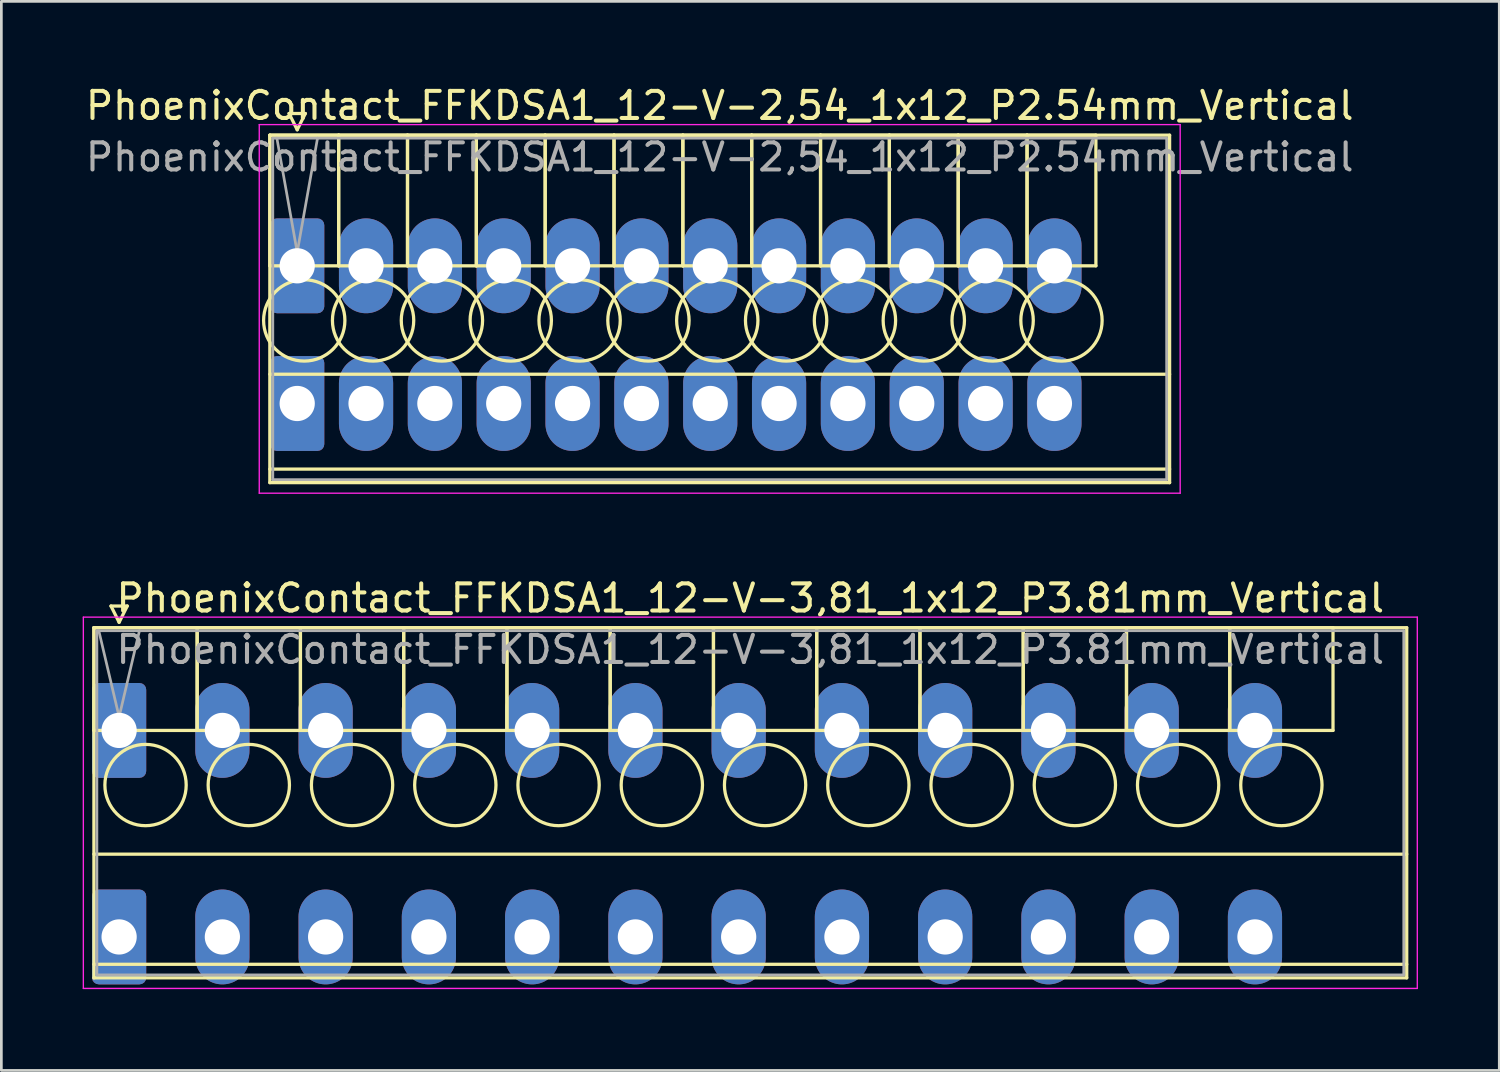
<source format=kicad_pcb>
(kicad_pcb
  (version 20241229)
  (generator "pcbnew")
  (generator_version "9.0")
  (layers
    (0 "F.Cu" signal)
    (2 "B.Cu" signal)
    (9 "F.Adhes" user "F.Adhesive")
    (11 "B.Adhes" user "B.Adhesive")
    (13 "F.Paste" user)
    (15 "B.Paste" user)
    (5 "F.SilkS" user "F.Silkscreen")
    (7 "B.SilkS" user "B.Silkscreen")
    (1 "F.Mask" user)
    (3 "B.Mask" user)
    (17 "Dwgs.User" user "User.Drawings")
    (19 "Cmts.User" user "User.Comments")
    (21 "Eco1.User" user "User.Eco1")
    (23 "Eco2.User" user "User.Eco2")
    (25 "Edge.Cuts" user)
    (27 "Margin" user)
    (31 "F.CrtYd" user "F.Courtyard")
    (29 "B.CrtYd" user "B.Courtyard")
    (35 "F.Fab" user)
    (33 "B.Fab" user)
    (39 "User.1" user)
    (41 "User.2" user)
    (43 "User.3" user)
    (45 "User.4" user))
  (footprint "PhoenixContact_FFKDSA1_12-V-2,54_1x12_P2.54mm_Vertical"
    (layer "F.Cu")
    (at 7.916 6.758)
    (property "Reference" "PhoenixContact_FFKDSA1_12-V-2,54_1x12_P2.54mm_Vertical" (at 15.59 -5.91 0) (layer "F.SilkS") (effects (font (size 1 1) (thickness 0.15))))
    (attr through_hole)
    (fp_line (start -1.01 -4.82) (end -1.01 0) (stroke (width 0.12) (type solid)) (layer "F.SilkS"))
    (fp_line (start -1.01 -4.82) (end -1.01 8) (stroke (width 0.12) (type solid)) (layer "F.SilkS"))
    (fp_line (start -1.01 0) (end 1.53 0) (stroke (width 0.12) (type solid)) (layer "F.SilkS"))
    (fp_line (start -1.01 4) (end 32.19 4) (stroke (width 0.12) (type solid)) (layer "F.SilkS"))
    (fp_line (start -1.01 7.5) (end 32.19 7.5) (stroke (width 0.12) (type solid)) (layer "F.SilkS"))
    (fp_line (start -1.01 8) (end 32.19 8) (stroke (width 0.12) (type solid)) (layer "F.SilkS"))
    (fp_line (start -0.3 -5.62) (end 0.3 -5.62) (stroke (width 0.12) (type solid)) (layer "F.SilkS"))
    (fp_line (start 0 -5.02) (end -0.3 -5.62) (stroke (width 0.12) (type solid)) (layer "F.SilkS"))
    (fp_line (start 0.3 -5.62) (end 0 -5.02) (stroke (width 0.12) (type solid)) (layer "F.SilkS"))
    (fp_line (start 1.53 -4.82) (end -1.01 -4.82) (stroke (width 0.12) (type solid)) (layer "F.SilkS"))
    (fp_line (start 1.53 -4.82) (end 1.53 0) (stroke (width 0.12) (type solid)) (layer "F.SilkS"))
    (fp_line (start 1.53 0) (end 1.53 -4.82) (stroke (width 0.12) (type solid)) (layer "F.SilkS"))
    (fp_line (start 1.53 0) (end 4.07 0) (stroke (width 0.12) (type solid)) (layer "F.SilkS"))
    (fp_line (start 4.07 -4.82) (end 1.53 -4.82) (stroke (width 0.12) (type solid)) (layer "F.SilkS"))
    (fp_line (start 4.07 -4.82) (end 4.07 0) (stroke (width 0.12) (type solid)) (layer "F.SilkS"))
    (fp_line (start 4.07 0) (end 4.07 -4.82) (stroke (width 0.12) (type solid)) (layer "F.SilkS"))
    (fp_line (start 4.07 0) (end 6.61 0) (stroke (width 0.12) (type solid)) (layer "F.SilkS"))
    (fp_line (start 6.61 -4.82) (end 4.07 -4.82) (stroke (width 0.12) (type solid)) (layer "F.SilkS"))
    (fp_line (start 6.61 -4.82) (end 6.61 0) (stroke (width 0.12) (type solid)) (layer "F.SilkS"))
    (fp_line (start 6.61 0) (end 6.61 -4.82) (stroke (width 0.12) (type solid)) (layer "F.SilkS"))
    (fp_line (start 6.61 0) (end 9.15 0) (stroke (width 0.12) (type solid)) (layer "F.SilkS"))
    (fp_line (start 9.15 -4.82) (end 6.61 -4.82) (stroke (width 0.12) (type solid)) (layer "F.SilkS"))
    (fp_line (start 9.15 -4.82) (end 9.15 0) (stroke (width 0.12) (type solid)) (layer "F.SilkS"))
    (fp_line (start 9.15 0) (end 9.15 -4.82) (stroke (width 0.12) (type solid)) (layer "F.SilkS"))
    (fp_line (start 9.15 0) (end 11.69 0) (stroke (width 0.12) (type solid)) (layer "F.SilkS"))
    (fp_line (start 11.69 -4.82) (end 9.15 -4.82) (stroke (width 0.12) (type solid)) (layer "F.SilkS"))
    (fp_line (start 11.69 -4.82) (end 11.69 0) (stroke (width 0.12) (type solid)) (layer "F.SilkS"))
    (fp_line (start 11.69 0) (end 11.69 -4.82) (stroke (width 0.12) (type solid)) (layer "F.SilkS"))
    (fp_line (start 11.69 0) (end 14.23 0) (stroke (width 0.12) (type solid)) (layer "F.SilkS"))
    (fp_line (start 14.23 -4.82) (end 11.69 -4.82) (stroke (width 0.12) (type solid)) (layer "F.SilkS"))
    (fp_line (start 14.23 -4.82) (end 14.23 0) (stroke (width 0.12) (type solid)) (layer "F.SilkS"))
    (fp_line (start 14.23 0) (end 14.23 -4.82) (stroke (width 0.12) (type solid)) (layer "F.SilkS"))
    (fp_line (start 14.23 0) (end 16.77 0) (stroke (width 0.12) (type solid)) (layer "F.SilkS"))
    (fp_line (start 16.77 -4.82) (end 14.23 -4.82) (stroke (width 0.12) (type solid)) (layer "F.SilkS"))
    (fp_line (start 16.77 -4.82) (end 16.77 0) (stroke (width 0.12) (type solid)) (layer "F.SilkS"))
    (fp_line (start 16.77 0) (end 16.77 -4.82) (stroke (width 0.12) (type solid)) (layer "F.SilkS"))
    (fp_line (start 16.77 0) (end 19.31 0) (stroke (width 0.12) (type solid)) (layer "F.SilkS"))
    (fp_line (start 19.31 -4.82) (end 16.77 -4.82) (stroke (width 0.12) (type solid)) (layer "F.SilkS"))
    (fp_line (start 19.31 -4.82) (end 19.31 0) (stroke (width 0.12) (type solid)) (layer "F.SilkS"))
    (fp_line (start 19.31 0) (end 19.31 -4.82) (stroke (width 0.12) (type solid)) (layer "F.SilkS"))
    (fp_line (start 19.31 0) (end 21.85 0) (stroke (width 0.12) (type solid)) (layer "F.SilkS"))
    (fp_line (start 21.85 -4.82) (end 19.31 -4.82) (stroke (width 0.12) (type solid)) (layer "F.SilkS"))
    (fp_line (start 21.85 -4.82) (end 21.85 0) (stroke (width 0.12) (type solid)) (layer "F.SilkS"))
    (fp_line (start 21.85 0) (end 21.85 -4.82) (stroke (width 0.12) (type solid)) (layer "F.SilkS"))
    (fp_line (start 21.85 0) (end 24.39 0) (stroke (width 0.12) (type solid)) (layer "F.SilkS"))
    (fp_line (start 24.39 -4.82) (end 21.85 -4.82) (stroke (width 0.12) (type solid)) (layer "F.SilkS"))
    (fp_line (start 24.39 -4.82) (end 24.39 0) (stroke (width 0.12) (type solid)) (layer "F.SilkS"))
    (fp_line (start 24.39 0) (end 24.39 -4.82) (stroke (width 0.12) (type solid)) (layer "F.SilkS"))
    (fp_line (start 24.39 0) (end 26.93 0) (stroke (width 0.12) (type solid)) (layer "F.SilkS"))
    (fp_line (start 26.93 -4.82) (end 24.39 -4.82) (stroke (width 0.12) (type solid)) (layer "F.SilkS"))
    (fp_line (start 26.93 -4.82) (end 26.93 0) (stroke (width 0.12) (type solid)) (layer "F.SilkS"))
    (fp_line (start 26.93 0) (end 26.93 -4.82) (stroke (width 0.12) (type solid)) (layer "F.SilkS"))
    (fp_line (start 26.93 0) (end 29.47 0) (stroke (width 0.12) (type solid)) (layer "F.SilkS"))
    (fp_line (start 29.47 -4.82) (end 26.93 -4.82) (stroke (width 0.12) (type solid)) (layer "F.SilkS"))
    (fp_line (start 29.47 0) (end 29.47 -4.82) (stroke (width 0.12) (type solid)) (layer "F.SilkS"))
    (fp_line (start 32.19 -4.82) (end -1.01 -4.82) (stroke (width 0.12) (type solid)) (layer "F.SilkS"))
    (fp_line (start 32.19 8) (end 32.19 -4.82) (stroke (width 0.12) (type solid)) (layer "F.SilkS"))
    (fp_circle (center 0.26 2.015) (end 1.76 2.015) (stroke (width 0.12) (type solid)) (fill no) (layer "F.SilkS"))
    (fp_circle (center 2.8 2.015) (end 4.3 2.015) (stroke (width 0.12) (type solid)) (fill no) (layer "F.SilkS"))
    (fp_circle (center 5.34 2.015) (end 6.84 2.015) (stroke (width 0.12) (type solid)) (fill no) (layer "F.SilkS"))
    (fp_circle (center 7.88 2.015) (end 9.38 2.015) (stroke (width 0.12) (type solid)) (fill no) (layer "F.SilkS"))
    (fp_circle (center 10.42 2.015) (end 11.92 2.015) (stroke (width 0.12) (type solid)) (fill no) (layer "F.SilkS"))
    (fp_circle (center 12.96 2.015) (end 14.46 2.015) (stroke (width 0.12) (type solid)) (fill no) (layer "F.SilkS"))
    (fp_circle (center 15.5 2.015) (end 17 2.015) (stroke (width 0.12) (type solid)) (fill no) (layer "F.SilkS"))
    (fp_circle (center 18.04 2.015) (end 19.54 2.015) (stroke (width 0.12) (type solid)) (fill no) (layer "F.SilkS"))
    (fp_circle (center 20.58 2.015) (end 22.08 2.015) (stroke (width 0.12) (type solid)) (fill no) (layer "F.SilkS"))
    (fp_circle (center 23.12 2.015) (end 24.62 2.015) (stroke (width 0.12) (type solid)) (fill no) (layer "F.SilkS"))
    (fp_circle (center 25.66 2.015) (end 27.16 2.015) (stroke (width 0.12) (type solid)) (fill no) (layer "F.SilkS"))
    (fp_circle (center 28.2 2.015) (end 29.7 2.015) (stroke (width 0.12) (type solid)) (fill no) (layer "F.SilkS"))
    (fp_line (start -1.4 -5.21) (end -1.4 8.39) (stroke (width 0.05) (type solid)) (layer "F.CrtYd"))
    (fp_line (start -1.4 8.39) (end 32.58 8.39) (stroke (width 0.05) (type solid)) (layer "F.CrtYd"))
    (fp_line (start 32.58 -5.21) (end -1.4 -5.21) (stroke (width 0.05) (type solid)) (layer "F.CrtYd"))
    (fp_line (start 32.58 8.39) (end 32.58 -5.21) (stroke (width 0.05) (type solid)) (layer "F.CrtYd"))
    (fp_line (start -0.9 -4.71) (end -0.9 7.89) (stroke (width 0.1) (type solid)) (layer "F.Fab"))
    (fp_line (start -0.9 7.89) (end 32.08 7.89) (stroke (width 0.1) (type solid)) (layer "F.Fab"))
    (fp_line (start 0 -0.5) (end -0.75 -4.71) (stroke (width 0.1) (type solid)) (layer "F.Fab"))
    (fp_line (start 0.75 -4.71) (end 0 -0.5) (stroke (width 0.1) (type solid)) (layer "F.Fab"))
    (fp_line (start 32.08 -4.71) (end -0.9 -4.71) (stroke (width 0.1) (type solid)) (layer "F.Fab"))
    (fp_line (start 32.08 7.89) (end 32.08 -4.71) (stroke (width 0.1) (type solid)) (layer "F.Fab"))
    (fp_text user "${REFERENCE}" (at 15.59 -4.01 0) (layer "F.Fab") (effects (font (size 1 1) (thickness 0.15))))
    (pad "1" thru_hole roundrect (at 0 0) (size 2 3.5) (drill 1.3) (layers "*.Cu" "*.Mask") (roundrect_rratio 0.125))
    (pad "1" thru_hole roundrect (at 0 5.08) (size 2 3.5) (drill 1.3) (layers "*.Cu" "*.Mask") (roundrect_rratio 0.125))
    (pad "2" thru_hole oval (at 2.54 0) (size 2 3.5) (drill 1.3) (layers "*.Cu" "*.Mask"))
    (pad "2" thru_hole oval (at 2.54 5.08) (size 2 3.5) (drill 1.3) (layers "*.Cu" "*.Mask"))
    (pad "3" thru_hole oval (at 5.08 0) (size 2 3.5) (drill 1.3) (layers "*.Cu" "*.Mask"))
    (pad "3" thru_hole oval (at 5.08 5.08) (size 2 3.5) (drill 1.3) (layers "*.Cu" "*.Mask"))
    (pad "4" thru_hole oval (at 7.62 0) (size 2 3.5) (drill 1.3) (layers "*.Cu" "*.Mask"))
    (pad "4" thru_hole oval (at 7.62 5.08) (size 2 3.5) (drill 1.3) (layers "*.Cu" "*.Mask"))
    (pad "5" thru_hole oval (at 10.16 0) (size 2 3.5) (drill 1.3) (layers "*.Cu" "*.Mask"))
    (pad "5" thru_hole oval (at 10.16 5.08) (size 2 3.5) (drill 1.3) (layers "*.Cu" "*.Mask"))
    (pad "6" thru_hole oval (at 12.7 0) (size 2 3.5) (drill 1.3) (layers "*.Cu" "*.Mask"))
    (pad "6" thru_hole oval (at 12.7 5.08) (size 2 3.5) (drill 1.3) (layers "*.Cu" "*.Mask"))
    (pad "7" thru_hole oval (at 15.24 0) (size 2 3.5) (drill 1.3) (layers "*.Cu" "*.Mask"))
    (pad "7" thru_hole oval (at 15.24 5.08) (size 2 3.5) (drill 1.3) (layers "*.Cu" "*.Mask"))
    (pad "8" thru_hole oval (at 17.78 0) (size 2 3.5) (drill 1.3) (layers "*.Cu" "*.Mask"))
    (pad "8" thru_hole oval (at 17.78 5.08) (size 2 3.5) (drill 1.3) (layers "*.Cu" "*.Mask"))
    (pad "9" thru_hole oval (at 20.32 0) (size 2 3.5) (drill 1.3) (layers "*.Cu" "*.Mask"))
    (pad "9" thru_hole oval (at 20.32 5.08) (size 2 3.5) (drill 1.3) (layers "*.Cu" "*.Mask"))
    (pad "10" thru_hole oval (at 22.86 0) (size 2 3.5) (drill 1.3) (layers "*.Cu" "*.Mask"))
    (pad "10" thru_hole oval (at 22.86 5.08) (size 2 3.5) (drill 1.3) (layers "*.Cu" "*.Mask"))
    (pad "11" thru_hole oval (at 25.4 0) (size 2 3.5) (drill 1.3) (layers "*.Cu" "*.Mask"))
    (pad "11" thru_hole oval (at 25.4 5.08) (size 2 3.5) (drill 1.3) (layers "*.Cu" "*.Mask"))
    (pad "12" thru_hole oval (at 27.94 0) (size 2 3.5) (drill 1.3) (layers "*.Cu" "*.Mask"))
    (pad "12" thru_hole oval (at 27.94 5.08) (size 2 3.5) (drill 1.3) (layers "*.Cu" "*.Mask")))
  (footprint "PhoenixContact_FFKDSA1_12-V-3,81_1x12_P3.81mm_Vertical"
    (layer "F.Cu")
    (at 1.345 23.901)
    (property "Reference" "PhoenixContact_FFKDSA1_12-V-3,81_1x12_P3.81mm_Vertical" (at 23.29 -4.88 0) (layer "F.SilkS") (effects (font (size 1 1) (thickness 0.15))))
    (attr through_hole)
    (fp_line (start -0.93 -3.79) (end -0.93 0) (stroke (width 0.12) (type solid)) (layer "F.SilkS"))
    (fp_line (start -0.93 -3.79) (end -0.93 9.13) (stroke (width 0.12) (type solid)) (layer "F.SilkS"))
    (fp_line (start -0.93 0) (end 2.88 0) (stroke (width 0.12) (type solid)) (layer "F.SilkS"))
    (fp_line (start -0.93 4.565) (end 47.51 4.565) (stroke (width 0.12) (type solid)) (layer "F.SilkS"))
    (fp_line (start -0.93 8.63) (end 47.51 8.63) (stroke (width 0.12) (type solid)) (layer "F.SilkS"))
    (fp_line (start -0.93 9.13) (end 47.51 9.13) (stroke (width 0.12) (type solid)) (layer "F.SilkS"))
    (fp_line (start -0.3 -4.59) (end 0.3 -4.59) (stroke (width 0.12) (type solid)) (layer "F.SilkS"))
    (fp_line (start 0 -3.99) (end -0.3 -4.59) (stroke (width 0.12) (type solid)) (layer "F.SilkS"))
    (fp_line (start 0.3 -4.59) (end 0 -3.99) (stroke (width 0.12) (type solid)) (layer "F.SilkS"))
    (fp_line (start 2.88 -3.79) (end -0.93 -3.79) (stroke (width 0.12) (type solid)) (layer "F.SilkS"))
    (fp_line (start 2.88 -3.79) (end 2.88 0) (stroke (width 0.12) (type solid)) (layer "F.SilkS"))
    (fp_line (start 2.88 0) (end 2.88 -3.79) (stroke (width 0.12) (type solid)) (layer "F.SilkS"))
    (fp_line (start 2.88 0) (end 6.69 0) (stroke (width 0.12) (type solid)) (layer "F.SilkS"))
    (fp_line (start 6.69 -3.79) (end 2.88 -3.79) (stroke (width 0.12) (type solid)) (layer "F.SilkS"))
    (fp_line (start 6.69 -3.79) (end 6.69 0) (stroke (width 0.12) (type solid)) (layer "F.SilkS"))
    (fp_line (start 6.69 0) (end 6.69 -3.79) (stroke (width 0.12) (type solid)) (layer "F.SilkS"))
    (fp_line (start 6.69 0) (end 10.5 0) (stroke (width 0.12) (type solid)) (layer "F.SilkS"))
    (fp_line (start 10.5 -3.79) (end 6.69 -3.79) (stroke (width 0.12) (type solid)) (layer "F.SilkS"))
    (fp_line (start 10.5 -3.79) (end 10.5 0) (stroke (width 0.12) (type solid)) (layer "F.SilkS"))
    (fp_line (start 10.5 0) (end 10.5 -3.79) (stroke (width 0.12) (type solid)) (layer "F.SilkS"))
    (fp_line (start 10.5 0) (end 14.31 0) (stroke (width 0.12) (type solid)) (layer "F.SilkS"))
    (fp_line (start 14.31 -3.79) (end 10.5 -3.79) (stroke (width 0.12) (type solid)) (layer "F.SilkS"))
    (fp_line (start 14.31 -3.79) (end 14.31 0) (stroke (width 0.12) (type solid)) (layer "F.SilkS"))
    (fp_line (start 14.31 0) (end 14.31 -3.79) (stroke (width 0.12) (type solid)) (layer "F.SilkS"))
    (fp_line (start 14.31 0) (end 18.12 0) (stroke (width 0.12) (type solid)) (layer "F.SilkS"))
    (fp_line (start 18.12 -3.79) (end 14.31 -3.79) (stroke (width 0.12) (type solid)) (layer "F.SilkS"))
    (fp_line (start 18.12 -3.79) (end 18.12 0) (stroke (width 0.12) (type solid)) (layer "F.SilkS"))
    (fp_line (start 18.12 0) (end 18.12 -3.79) (stroke (width 0.12) (type solid)) (layer "F.SilkS"))
    (fp_line (start 18.12 0) (end 21.93 0) (stroke (width 0.12) (type solid)) (layer "F.SilkS"))
    (fp_line (start 21.93 -3.79) (end 18.12 -3.79) (stroke (width 0.12) (type solid)) (layer "F.SilkS"))
    (fp_line (start 21.93 -3.79) (end 21.93 0) (stroke (width 0.12) (type solid)) (layer "F.SilkS"))
    (fp_line (start 21.93 0) (end 21.93 -3.79) (stroke (width 0.12) (type solid)) (layer "F.SilkS"))
    (fp_line (start 21.93 0) (end 25.74 0) (stroke (width 0.12) (type solid)) (layer "F.SilkS"))
    (fp_line (start 25.74 -3.79) (end 21.93 -3.79) (stroke (width 0.12) (type solid)) (layer "F.SilkS"))
    (fp_line (start 25.74 -3.79) (end 25.74 0) (stroke (width 0.12) (type solid)) (layer "F.SilkS"))
    (fp_line (start 25.74 0) (end 25.74 -3.79) (stroke (width 0.12) (type solid)) (layer "F.SilkS"))
    (fp_line (start 25.74 0) (end 29.55 0) (stroke (width 0.12) (type solid)) (layer "F.SilkS"))
    (fp_line (start 29.55 -3.79) (end 25.74 -3.79) (stroke (width 0.12) (type solid)) (layer "F.SilkS"))
    (fp_line (start 29.55 -3.79) (end 29.55 0) (stroke (width 0.12) (type solid)) (layer "F.SilkS"))
    (fp_line (start 29.55 0) (end 29.55 -3.79) (stroke (width 0.12) (type solid)) (layer "F.SilkS"))
    (fp_line (start 29.55 0) (end 33.36 0) (stroke (width 0.12) (type solid)) (layer "F.SilkS"))
    (fp_line (start 33.36 -3.79) (end 29.55 -3.79) (stroke (width 0.12) (type solid)) (layer "F.SilkS"))
    (fp_line (start 33.36 -3.79) (end 33.36 0) (stroke (width 0.12) (type solid)) (layer "F.SilkS"))
    (fp_line (start 33.36 0) (end 33.36 -3.79) (stroke (width 0.12) (type solid)) (layer "F.SilkS"))
    (fp_line (start 33.36 0) (end 37.17 0) (stroke (width 0.12) (type solid)) (layer "F.SilkS"))
    (fp_line (start 37.17 -3.79) (end 33.36 -3.79) (stroke (width 0.12) (type solid)) (layer "F.SilkS"))
    (fp_line (start 37.17 -3.79) (end 37.17 0) (stroke (width 0.12) (type solid)) (layer "F.SilkS"))
    (fp_line (start 37.17 0) (end 37.17 -3.79) (stroke (width 0.12) (type solid)) (layer "F.SilkS"))
    (fp_line (start 37.17 0) (end 40.98 0) (stroke (width 0.12) (type solid)) (layer "F.SilkS"))
    (fp_line (start 40.98 -3.79) (end 37.17 -3.79) (stroke (width 0.12) (type solid)) (layer "F.SilkS"))
    (fp_line (start 40.98 -3.79) (end 40.98 0) (stroke (width 0.12) (type solid)) (layer "F.SilkS"))
    (fp_line (start 40.98 0) (end 40.98 -3.79) (stroke (width 0.12) (type solid)) (layer "F.SilkS"))
    (fp_line (start 40.98 0) (end 44.79 0) (stroke (width 0.12) (type solid)) (layer "F.SilkS"))
    (fp_line (start 44.79 -3.79) (end 40.98 -3.79) (stroke (width 0.12) (type solid)) (layer "F.SilkS"))
    (fp_line (start 44.79 0) (end 44.79 -3.79) (stroke (width 0.12) (type solid)) (layer "F.SilkS"))
    (fp_line (start 47.51 -3.79) (end -0.93 -3.79) (stroke (width 0.12) (type solid)) (layer "F.SilkS"))
    (fp_line (start 47.51 9.13) (end 47.51 -3.79) (stroke (width 0.12) (type solid)) (layer "F.SilkS"))
    (fp_circle (center 0.975 2.015) (end 2.475 2.015) (stroke (width 0.12) (type solid)) (fill no) (layer "F.SilkS"))
    (fp_circle (center 4.785 2.015) (end 6.285 2.015) (stroke (width 0.12) (type solid)) (fill no) (layer "F.SilkS"))
    (fp_circle (center 8.595 2.015) (end 10.095 2.015) (stroke (width 0.12) (type solid)) (fill no) (layer "F.SilkS"))
    (fp_circle (center 12.405 2.015) (end 13.905 2.015) (stroke (width 0.12) (type solid)) (fill no) (layer "F.SilkS"))
    (fp_circle (center 16.215 2.015) (end 17.715 2.015) (stroke (width 0.12) (type solid)) (fill no) (layer "F.SilkS"))
    (fp_circle (center 20.025 2.015) (end 21.525 2.015) (stroke (width 0.12) (type solid)) (fill no) (layer "F.SilkS"))
    (fp_circle (center 23.835 2.015) (end 25.335 2.015) (stroke (width 0.12) (type solid)) (fill no) (layer "F.SilkS"))
    (fp_circle (center 27.645 2.015) (end 29.145 2.015) (stroke (width 0.12) (type solid)) (fill no) (layer "F.SilkS"))
    (fp_circle (center 31.455 2.015) (end 32.955 2.015) (stroke (width 0.12) (type solid)) (fill no) (layer "F.SilkS"))
    (fp_circle (center 35.265 2.015) (end 36.765 2.015) (stroke (width 0.12) (type solid)) (fill no) (layer "F.SilkS"))
    (fp_circle (center 39.075 2.015) (end 40.575 2.015) (stroke (width 0.12) (type solid)) (fill no) (layer "F.SilkS"))
    (fp_circle (center 42.885 2.015) (end 44.385 2.015) (stroke (width 0.12) (type solid)) (fill no) (layer "F.SilkS"))
    (fp_line (start -1.32 -4.18) (end -1.32 9.52) (stroke (width 0.05) (type solid)) (layer "F.CrtYd"))
    (fp_line (start -1.32 9.52) (end 47.9 9.52) (stroke (width 0.05) (type solid)) (layer "F.CrtYd"))
    (fp_line (start 47.9 -4.18) (end -1.32 -4.18) (stroke (width 0.05) (type solid)) (layer "F.CrtYd"))
    (fp_line (start 47.9 9.52) (end 47.9 -4.18) (stroke (width 0.05) (type solid)) (layer "F.CrtYd"))
    (fp_line (start -0.82 -3.68) (end -0.82 9.02) (stroke (width 0.1) (type solid)) (layer "F.Fab"))
    (fp_line (start -0.82 9.02) (end 47.4 9.02) (stroke (width 0.1) (type solid)) (layer "F.Fab"))
    (fp_line (start 0 -0.5) (end -0.75 -3.68) (stroke (width 0.1) (type solid)) (layer "F.Fab"))
    (fp_line (start 0.75 -3.68) (end 0 -0.5) (stroke (width 0.1) (type solid)) (layer "F.Fab"))
    (fp_line (start 47.4 -3.68) (end -0.82 -3.68) (stroke (width 0.1) (type solid)) (layer "F.Fab"))
    (fp_line (start 47.4 9.02) (end 47.4 -3.68) (stroke (width 0.1) (type solid)) (layer "F.Fab"))
    (fp_text user "${REFERENCE}" (at 23.29 -2.98 0) (layer "F.Fab") (effects (font (size 1 1) (thickness 0.15))))
    (pad "1" thru_hole roundrect (at 0 0) (size 2 3.5) (drill 1.3) (layers "*.Cu" "*.Mask") (roundrect_rratio 0.125))
    (pad "1" thru_hole roundrect (at 0 7.62) (size 2 3.5) (drill 1.3) (layers "*.Cu" "*.Mask") (roundrect_rratio 0.125))
    (pad "2" thru_hole oval (at 3.81 0) (size 2 3.5) (drill 1.3) (layers "*.Cu" "*.Mask"))
    (pad "2" thru_hole oval (at 3.81 7.62) (size 2 3.5) (drill 1.3) (layers "*.Cu" "*.Mask"))
    (pad "3" thru_hole oval (at 7.62 0) (size 2 3.5) (drill 1.3) (layers "*.Cu" "*.Mask"))
    (pad "3" thru_hole oval (at 7.62 7.62) (size 2 3.5) (drill 1.3) (layers "*.Cu" "*.Mask"))
    (pad "4" thru_hole oval (at 11.43 0) (size 2 3.5) (drill 1.3) (layers "*.Cu" "*.Mask"))
    (pad "4" thru_hole oval (at 11.43 7.62) (size 2 3.5) (drill 1.3) (layers "*.Cu" "*.Mask"))
    (pad "5" thru_hole oval (at 15.24 0) (size 2 3.5) (drill 1.3) (layers "*.Cu" "*.Mask"))
    (pad "5" thru_hole oval (at 15.24 7.62) (size 2 3.5) (drill 1.3) (layers "*.Cu" "*.Mask"))
    (pad "6" thru_hole oval (at 19.05 0) (size 2 3.5) (drill 1.3) (layers "*.Cu" "*.Mask"))
    (pad "6" thru_hole oval (at 19.05 7.62) (size 2 3.5) (drill 1.3) (layers "*.Cu" "*.Mask"))
    (pad "7" thru_hole oval (at 22.86 0) (size 2 3.5) (drill 1.3) (layers "*.Cu" "*.Mask"))
    (pad "7" thru_hole oval (at 22.86 7.62) (size 2 3.5) (drill 1.3) (layers "*.Cu" "*.Mask"))
    (pad "8" thru_hole oval (at 26.67 0) (size 2 3.5) (drill 1.3) (layers "*.Cu" "*.Mask"))
    (pad "8" thru_hole oval (at 26.67 7.62) (size 2 3.5) (drill 1.3) (layers "*.Cu" "*.Mask"))
    (pad "9" thru_hole oval (at 30.48 0) (size 2 3.5) (drill 1.3) (layers "*.Cu" "*.Mask"))
    (pad "9" thru_hole oval (at 30.48 7.62) (size 2 3.5) (drill 1.3) (layers "*.Cu" "*.Mask"))
    (pad "10" thru_hole oval (at 34.29 0) (size 2 3.5) (drill 1.3) (layers "*.Cu" "*.Mask"))
    (pad "10" thru_hole oval (at 34.29 7.62) (size 2 3.5) (drill 1.3) (layers "*.Cu" "*.Mask"))
    (pad "11" thru_hole oval (at 38.1 0) (size 2 3.5) (drill 1.3) (layers "*.Cu" "*.Mask"))
    (pad "11" thru_hole oval (at 38.1 7.62) (size 2 3.5) (drill 1.3) (layers "*.Cu" "*.Mask"))
    (pad "12" thru_hole oval (at 41.91 0) (size 2 3.5) (drill 1.3) (layers "*.Cu" "*.Mask"))
    (pad "12" thru_hole oval (at 41.91 7.62) (size 2 3.5) (drill 1.3) (layers "*.Cu" "*.Mask")))
  (gr_rect
    (start -3 -3)
    (end 52.27 36.447)
    (stroke (width 0.1) (type default))
    (fill no)
    (layer "Edge.Cuts")))
</source>
